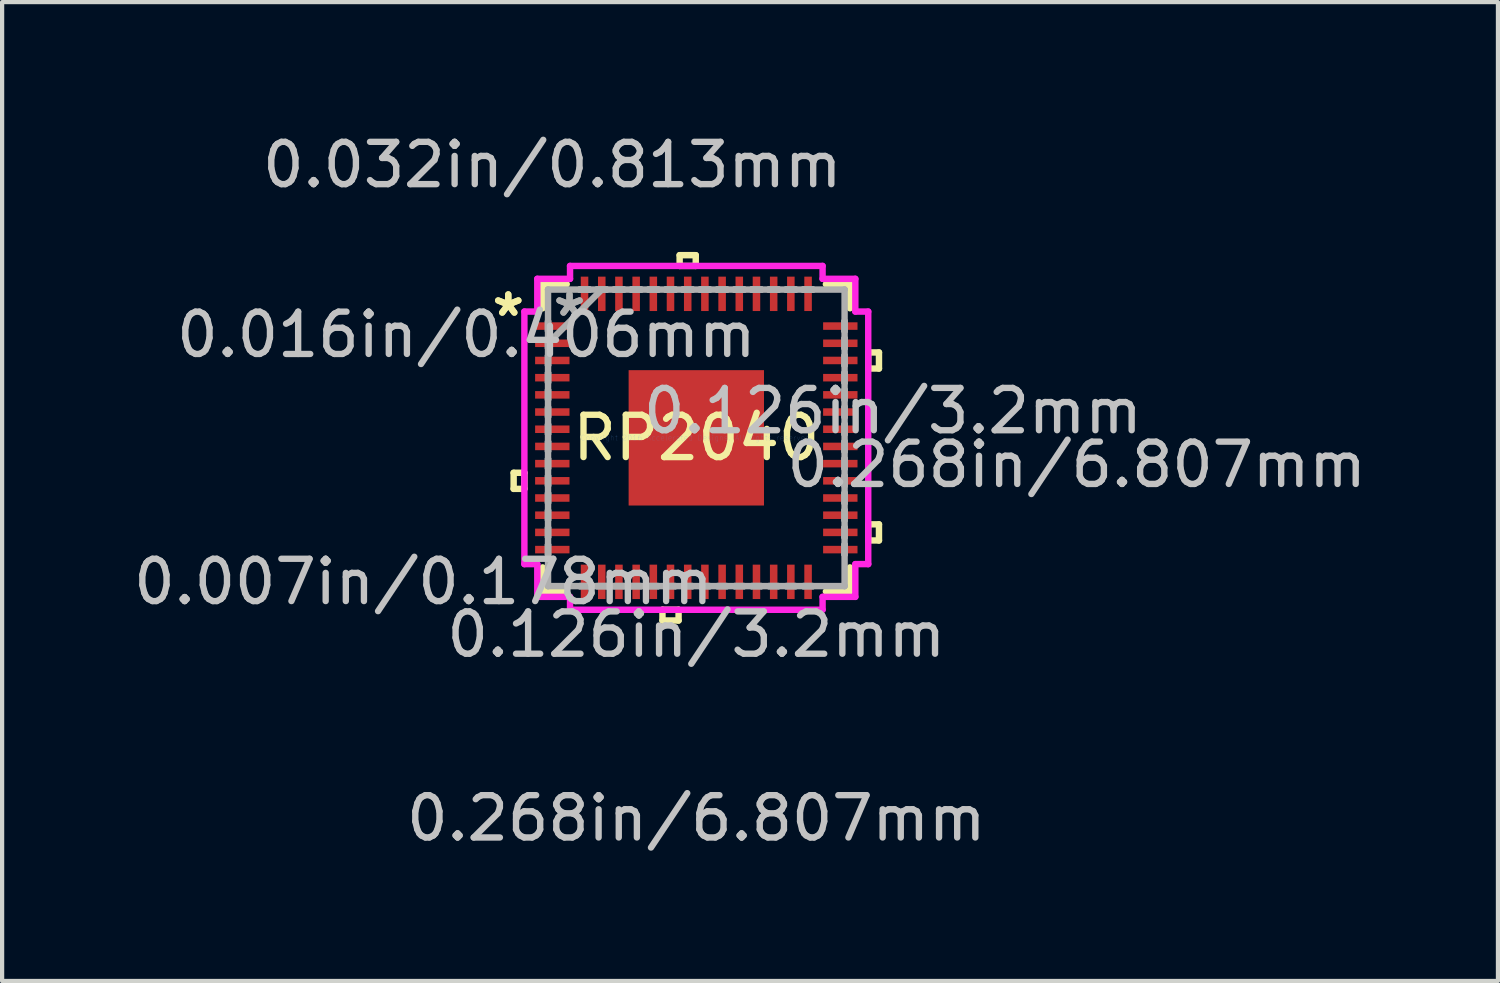
<source format=kicad_pcb>
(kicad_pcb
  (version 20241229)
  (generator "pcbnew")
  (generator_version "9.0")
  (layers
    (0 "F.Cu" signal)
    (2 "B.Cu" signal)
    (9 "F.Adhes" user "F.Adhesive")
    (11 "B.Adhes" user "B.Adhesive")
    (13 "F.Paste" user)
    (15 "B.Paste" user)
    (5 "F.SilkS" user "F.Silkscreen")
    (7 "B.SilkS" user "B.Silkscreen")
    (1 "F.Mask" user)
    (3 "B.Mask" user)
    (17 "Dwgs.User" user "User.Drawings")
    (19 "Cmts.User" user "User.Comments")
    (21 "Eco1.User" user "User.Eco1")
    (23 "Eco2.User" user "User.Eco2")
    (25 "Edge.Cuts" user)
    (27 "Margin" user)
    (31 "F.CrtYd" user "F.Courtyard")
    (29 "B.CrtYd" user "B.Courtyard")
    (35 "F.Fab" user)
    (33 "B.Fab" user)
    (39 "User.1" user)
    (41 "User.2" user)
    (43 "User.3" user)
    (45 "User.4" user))
  (footprint "RP2040"
    (layer "F.Cu")
    (at 13.41 7.3)
    (property "Reference" "RP2040" (at 0 0 0) (layer "F.SilkS") (effects (font (size 1 1) (thickness 0.15))))
    (attr through_hole)
    (fp_line (start -4.318 0.826) (end -4.318 1.206) (stroke (width 0.152) (type solid)) (layer "F.SilkS"))
    (fp_line (start -4.318 1.206) (end -4.064 1.206) (stroke (width 0.152) (type solid)) (layer "F.SilkS"))
    (fp_line (start -4.064 0.826) (end -4.318 0.826) (stroke (width 0.152) (type solid)) (layer "F.SilkS"))
    (fp_line (start -4.064 1.206) (end -4.064 0.826) (stroke (width 0.152) (type solid)) (layer "F.SilkS"))
    (fp_line (start -3.632 -3.632) (end -3.632 -3.063) (stroke (width 0.152) (type solid)) (layer "F.SilkS"))
    (fp_line (start -3.632 3.063) (end -3.632 3.632) (stroke (width 0.152) (type solid)) (layer "F.SilkS"))
    (fp_line (start -3.632 3.632) (end -3.063 3.632) (stroke (width 0.152) (type solid)) (layer "F.SilkS"))
    (fp_line (start -3.063 -3.632) (end -3.632 -3.632) (stroke (width 0.152) (type solid)) (layer "F.SilkS"))
    (fp_line (start -0.8 4.064) (end -0.8 4.318) (stroke (width 0.152) (type solid)) (layer "F.SilkS"))
    (fp_line (start -0.8 4.318) (end -0.419 4.318) (stroke (width 0.152) (type solid)) (layer "F.SilkS"))
    (fp_line (start -0.419 4.064) (end -0.8 4.064) (stroke (width 0.152) (type solid)) (layer "F.SilkS"))
    (fp_line (start -0.419 4.318) (end -0.419 4.064) (stroke (width 0.152) (type solid)) (layer "F.SilkS"))
    (fp_line (start -0.394 -4.318) (end -0.013 -4.318) (stroke (width 0.152) (type solid)) (layer "F.SilkS"))
    (fp_line (start -0.394 -4.064) (end -0.394 -4.318) (stroke (width 0.152) (type solid)) (layer "F.SilkS"))
    (fp_line (start -0.013 -4.318) (end -0.013 -4.064) (stroke (width 0.152) (type solid)) (layer "F.SilkS"))
    (fp_line (start -0.013 -4.064) (end -0.394 -4.064) (stroke (width 0.152) (type solid)) (layer "F.SilkS"))
    (fp_line (start 3.063 3.632) (end 3.632 3.632) (stroke (width 0.152) (type solid)) (layer "F.SilkS"))
    (fp_line (start 3.632 -3.632) (end 3.063 -3.632) (stroke (width 0.152) (type solid)) (layer "F.SilkS"))
    (fp_line (start 3.632 -3.063) (end 3.632 -3.632) (stroke (width 0.152) (type solid)) (layer "F.SilkS"))
    (fp_line (start 3.632 3.632) (end 3.632 3.063) (stroke (width 0.152) (type solid)) (layer "F.SilkS"))
    (fp_line (start 4.064 -2.019) (end 4.318 -2.019) (stroke (width 0.152) (type solid)) (layer "F.SilkS"))
    (fp_line (start 4.064 -1.638) (end 4.064 -2.019) (stroke (width 0.152) (type solid)) (layer "F.SilkS"))
    (fp_line (start 4.064 2.045) (end 4.318 2.045) (stroke (width 0.152) (type solid)) (layer "F.SilkS"))
    (fp_line (start 4.064 2.426) (end 4.064 2.045) (stroke (width 0.152) (type solid)) (layer "F.SilkS"))
    (fp_line (start 4.318 -2.019) (end 4.318 -1.638) (stroke (width 0.152) (type solid)) (layer "F.SilkS"))
    (fp_line (start 4.318 -1.638) (end 4.064 -1.638) (stroke (width 0.152) (type solid)) (layer "F.SilkS"))
    (fp_line (start 4.318 2.045) (end 4.318 2.426) (stroke (width 0.152) (type solid)) (layer "F.SilkS"))
    (fp_line (start 4.318 2.426) (end 4.064 2.426) (stroke (width 0.152) (type solid)) (layer "F.SilkS"))
    (fp_line (start -1.5 -1.5) (end -1.5 -0.1) (stroke (width 0.152) (type solid)) (layer "F.Paste"))
    (fp_line (start -1.5 -0.1) (end -0.1 -0.1) (stroke (width 0.152) (type solid)) (layer "F.Paste"))
    (fp_line (start -1.5 0.1) (end -1.5 1.5) (stroke (width 0.152) (type solid)) (layer "F.Paste"))
    (fp_line (start -1.5 1.5) (end -0.1 1.5) (stroke (width 0.152) (type solid)) (layer "F.Paste"))
    (fp_line (start -0.1 -1.5) (end -1.5 -1.5) (stroke (width 0.152) (type solid)) (layer "F.Paste"))
    (fp_line (start -0.1 -0.1) (end -0.1 -1.5) (stroke (width 0.152) (type solid)) (layer "F.Paste"))
    (fp_line (start -0.1 0.1) (end -1.5 0.1) (stroke (width 0.152) (type solid)) (layer "F.Paste"))
    (fp_line (start -0.1 1.5) (end -0.1 0.1) (stroke (width 0.152) (type solid)) (layer "F.Paste"))
    (fp_line (start 0.1 -1.5) (end 0.1 -0.1) (stroke (width 0.152) (type solid)) (layer "F.Paste"))
    (fp_line (start 0.1 -0.1) (end 1.5 -0.1) (stroke (width 0.152) (type solid)) (layer "F.Paste"))
    (fp_line (start 0.1 0.1) (end 0.1 1.5) (stroke (width 0.152) (type solid)) (layer "F.Paste"))
    (fp_line (start 0.1 1.5) (end 1.5 1.5) (stroke (width 0.152) (type solid)) (layer "F.Paste"))
    (fp_line (start 1.5 -1.5) (end 0.1 -1.5) (stroke (width 0.152) (type solid)) (layer "F.Paste"))
    (fp_line (start 1.5 -0.1) (end 1.5 -1.5) (stroke (width 0.152) (type solid)) (layer "F.Paste"))
    (fp_line (start 1.5 0.1) (end 0.1 0.1) (stroke (width 0.152) (type solid)) (layer "F.Paste"))
    (fp_line (start 1.5 1.5) (end 1.5 0.1) (stroke (width 0.152) (type solid)) (layer "F.Paste"))
    (fp_line (start -4.064 -2.985) (end -3.759 -2.985) (stroke (width 0.152) (type solid)) (layer "F.CrtYd"))
    (fp_line (start -4.064 2.985) (end -4.064 -2.985) (stroke (width 0.152) (type solid)) (layer "F.CrtYd"))
    (fp_line (start -3.759 -3.759) (end -2.985 -3.759) (stroke (width 0.152) (type solid)) (layer "F.CrtYd"))
    (fp_line (start -3.759 -2.985) (end -3.759 -3.759) (stroke (width 0.152) (type solid)) (layer "F.CrtYd"))
    (fp_line (start -3.759 2.985) (end -4.064 2.985) (stroke (width 0.152) (type solid)) (layer "F.CrtYd"))
    (fp_line (start -3.759 3.759) (end -3.759 2.985) (stroke (width 0.152) (type solid)) (layer "F.CrtYd"))
    (fp_line (start -2.985 -4.064) (end 2.985 -4.064) (stroke (width 0.152) (type solid)) (layer "F.CrtYd"))
    (fp_line (start -2.985 -3.759) (end -2.985 -4.064) (stroke (width 0.152) (type solid)) (layer "F.CrtYd"))
    (fp_line (start -2.985 3.759) (end -3.759 3.759) (stroke (width 0.152) (type solid)) (layer "F.CrtYd"))
    (fp_line (start -2.985 4.064) (end -2.985 3.759) (stroke (width 0.152) (type solid)) (layer "F.CrtYd"))
    (fp_line (start 2.985 -4.064) (end 2.985 -3.759) (stroke (width 0.152) (type solid)) (layer "F.CrtYd"))
    (fp_line (start 2.985 -3.759) (end 3.759 -3.759) (stroke (width 0.152) (type solid)) (layer "F.CrtYd"))
    (fp_line (start 2.985 3.759) (end 2.985 4.064) (stroke (width 0.152) (type solid)) (layer "F.CrtYd"))
    (fp_line (start 2.985 4.064) (end -2.985 4.064) (stroke (width 0.152) (type solid)) (layer "F.CrtYd"))
    (fp_line (start 3.759 -3.759) (end 3.759 -2.985) (stroke (width 0.152) (type solid)) (layer "F.CrtYd"))
    (fp_line (start 3.759 -2.985) (end 4.064 -2.985) (stroke (width 0.152) (type solid)) (layer "F.CrtYd"))
    (fp_line (start 3.759 2.985) (end 3.759 3.759) (stroke (width 0.152) (type solid)) (layer "F.CrtYd"))
    (fp_line (start 3.759 3.759) (end 2.985 3.759) (stroke (width 0.152) (type solid)) (layer "F.CrtYd"))
    (fp_line (start 4.064 -2.985) (end 4.064 2.985) (stroke (width 0.152) (type solid)) (layer "F.CrtYd"))
    (fp_line (start 4.064 2.985) (end 3.759 2.985) (stroke (width 0.152) (type solid)) (layer "F.CrtYd"))
    (fp_line (start -3.505 -3.505) (end -3.505 -3.505) (stroke (width 0.152) (type solid)) (layer "F.Fab"))
    (fp_line (start -3.505 -3.505) (end -3.505 3.505) (stroke (width 0.152) (type solid)) (layer "F.Fab"))
    (fp_line (start -3.505 -2.756) (end -3.505 -2.756) (stroke (width 0.152) (type solid)) (layer "F.Fab"))
    (fp_line (start -3.505 -2.756) (end -3.505 -2.527) (stroke (width 0.152) (type solid)) (layer "F.Fab"))
    (fp_line (start -3.505 -2.527) (end -3.505 -2.756) (stroke (width 0.152) (type solid)) (layer "F.Fab"))
    (fp_line (start -3.505 -2.527) (end -3.505 -2.527) (stroke (width 0.152) (type solid)) (layer "F.Fab"))
    (fp_line (start -3.505 -2.349) (end -3.505 -2.349) (stroke (width 0.152) (type solid)) (layer "F.Fab"))
    (fp_line (start -3.505 -2.349) (end -3.505 -2.121) (stroke (width 0.152) (type solid)) (layer "F.Fab"))
    (fp_line (start -3.505 -2.235) (end -2.235 -3.505) (stroke (width 0.152) (type solid)) (layer "F.Fab"))
    (fp_line (start -3.505 -2.121) (end -3.505 -2.349) (stroke (width 0.152) (type solid)) (layer "F.Fab"))
    (fp_line (start -3.505 -2.121) (end -3.505 -2.121) (stroke (width 0.152) (type solid)) (layer "F.Fab"))
    (fp_line (start -3.505 -1.943) (end -3.505 -1.943) (stroke (width 0.152) (type solid)) (layer "F.Fab"))
    (fp_line (start -3.505 -1.943) (end -3.505 -1.714) (stroke (width 0.152) (type solid)) (layer "F.Fab"))
    (fp_line (start -3.505 -1.714) (end -3.505 -1.943) (stroke (width 0.152) (type solid)) (layer "F.Fab"))
    (fp_line (start -3.505 -1.714) (end -3.505 -1.714) (stroke (width 0.152) (type solid)) (layer "F.Fab"))
    (fp_line (start -3.505 -1.537) (end -3.505 -1.537) (stroke (width 0.152) (type solid)) (layer "F.Fab"))
    (fp_line (start -3.505 -1.537) (end -3.505 -1.308) (stroke (width 0.152) (type solid)) (layer "F.Fab"))
    (fp_line (start -3.505 -1.308) (end -3.505 -1.537) (stroke (width 0.152) (type solid)) (layer "F.Fab"))
    (fp_line (start -3.505 -1.308) (end -3.505 -1.308) (stroke (width 0.152) (type solid)) (layer "F.Fab"))
    (fp_line (start -3.505 -1.13) (end -3.505 -1.13) (stroke (width 0.152) (type solid)) (layer "F.Fab"))
    (fp_line (start -3.505 -1.13) (end -3.505 -0.902) (stroke (width 0.152) (type solid)) (layer "F.Fab"))
    (fp_line (start -3.505 -0.902) (end -3.505 -1.13) (stroke (width 0.152) (type solid)) (layer "F.Fab"))
    (fp_line (start -3.505 -0.902) (end -3.505 -0.902) (stroke (width 0.152) (type solid)) (layer "F.Fab"))
    (fp_line (start -3.505 -0.724) (end -3.505 -0.724) (stroke (width 0.152) (type solid)) (layer "F.Fab"))
    (fp_line (start -3.505 -0.724) (end -3.505 -0.495) (stroke (width 0.152) (type solid)) (layer "F.Fab"))
    (fp_line (start -3.505 -0.495) (end -3.505 -0.724) (stroke (width 0.152) (type solid)) (layer "F.Fab"))
    (fp_line (start -3.505 -0.495) (end -3.505 -0.495) (stroke (width 0.152) (type solid)) (layer "F.Fab"))
    (fp_line (start -3.505 -0.318) (end -3.505 -0.318) (stroke (width 0.152) (type solid)) (layer "F.Fab"))
    (fp_line (start -3.505 -0.318) (end -3.505 -0.089) (stroke (width 0.152) (type solid)) (layer "F.Fab"))
    (fp_line (start -3.505 -0.089) (end -3.505 -0.318) (stroke (width 0.152) (type solid)) (layer "F.Fab"))
    (fp_line (start -3.505 -0.089) (end -3.505 -0.089) (stroke (width 0.152) (type solid)) (layer "F.Fab"))
    (fp_line (start -3.505 0.089) (end -3.505 0.089) (stroke (width 0.152) (type solid)) (layer "F.Fab"))
    (fp_line (start -3.505 0.089) (end -3.505 0.318) (stroke (width 0.152) (type solid)) (layer "F.Fab"))
    (fp_line (start -3.505 0.318) (end -3.505 0.089) (stroke (width 0.152) (type solid)) (layer "F.Fab"))
    (fp_line (start -3.505 0.318) (end -3.505 0.318) (stroke (width 0.152) (type solid)) (layer "F.Fab"))
    (fp_line (start -3.505 0.495) (end -3.505 0.495) (stroke (width 0.152) (type solid)) (layer "F.Fab"))
    (fp_line (start -3.505 0.495) (end -3.505 0.724) (stroke (width 0.152) (type solid)) (layer "F.Fab"))
    (fp_line (start -3.505 0.724) (end -3.505 0.495) (stroke (width 0.152) (type solid)) (layer "F.Fab"))
    (fp_line (start -3.505 0.724) (end -3.505 0.724) (stroke (width 0.152) (type solid)) (layer "F.Fab"))
    (fp_line (start -3.505 0.902) (end -3.505 0.902) (stroke (width 0.152) (type solid)) (layer "F.Fab"))
    (fp_line (start -3.505 0.902) (end -3.505 1.13) (stroke (width 0.152) (type solid)) (layer "F.Fab"))
    (fp_line (start -3.505 1.13) (end -3.505 0.902) (stroke (width 0.152) (type solid)) (layer "F.Fab"))
    (fp_line (start -3.505 1.13) (end -3.505 1.13) (stroke (width 0.152) (type solid)) (layer "F.Fab"))
    (fp_line (start -3.505 1.308) (end -3.505 1.308) (stroke (width 0.152) (type solid)) (layer "F.Fab"))
    (fp_line (start -3.505 1.308) (end -3.505 1.537) (stroke (width 0.152) (type solid)) (layer "F.Fab"))
    (fp_line (start -3.505 1.537) (end -3.505 1.308) (stroke (width 0.152) (type solid)) (layer "F.Fab"))
    (fp_line (start -3.505 1.537) (end -3.505 1.537) (stroke (width 0.152) (type solid)) (layer "F.Fab"))
    (fp_line (start -3.505 1.714) (end -3.505 1.714) (stroke (width 0.152) (type solid)) (layer "F.Fab"))
    (fp_line (start -3.505 1.714) (end -3.505 1.943) (stroke (width 0.152) (type solid)) (layer "F.Fab"))
    (fp_line (start -3.505 1.943) (end -3.505 1.714) (stroke (width 0.152) (type solid)) (layer "F.Fab"))
    (fp_line (start -3.505 1.943) (end -3.505 1.943) (stroke (width 0.152) (type solid)) (layer "F.Fab"))
    (fp_line (start -3.505 2.121) (end -3.505 2.121) (stroke (width 0.152) (type solid)) (layer "F.Fab"))
    (fp_line (start -3.505 2.121) (end -3.505 2.349) (stroke (width 0.152) (type solid)) (layer "F.Fab"))
    (fp_line (start -3.505 2.349) (end -3.505 2.121) (stroke (width 0.152) (type solid)) (layer "F.Fab"))
    (fp_line (start -3.505 2.349) (end -3.505 2.349) (stroke (width 0.152) (type solid)) (layer "F.Fab"))
    (fp_line (start -3.505 2.527) (end -3.505 2.527) (stroke (width 0.152) (type solid)) (layer "F.Fab"))
    (fp_line (start -3.505 2.527) (end -3.505 2.756) (stroke (width 0.152) (type solid)) (layer "F.Fab"))
    (fp_line (start -3.505 2.756) (end -3.505 2.527) (stroke (width 0.152) (type solid)) (layer "F.Fab"))
    (fp_line (start -3.505 2.756) (end -3.505 2.756) (stroke (width 0.152) (type solid)) (layer "F.Fab"))
    (fp_line (start -3.505 3.505) (end -3.505 3.505) (stroke (width 0.152) (type solid)) (layer "F.Fab"))
    (fp_line (start -3.505 3.505) (end 3.505 3.505) (stroke (width 0.152) (type solid)) (layer "F.Fab"))
    (fp_line (start -2.756 -3.505) (end -2.756 -3.505) (stroke (width 0.152) (type solid)) (layer "F.Fab"))
    (fp_line (start -2.756 -3.505) (end -2.527 -3.505) (stroke (width 0.152) (type solid)) (layer "F.Fab"))
    (fp_line (start -2.756 3.505) (end -2.756 3.505) (stroke (width 0.152) (type solid)) (layer "F.Fab"))
    (fp_line (start -2.756 3.505) (end -2.527 3.505) (stroke (width 0.152) (type solid)) (layer "F.Fab"))
    (fp_line (start -2.527 -3.505) (end -2.756 -3.505) (stroke (width 0.152) (type solid)) (layer "F.Fab"))
    (fp_line (start -2.527 -3.505) (end -2.527 -3.505) (stroke (width 0.152) (type solid)) (layer "F.Fab"))
    (fp_line (start -2.527 3.505) (end -2.756 3.505) (stroke (width 0.152) (type solid)) (layer "F.Fab"))
    (fp_line (start -2.527 3.505) (end -2.527 3.505) (stroke (width 0.152) (type solid)) (layer "F.Fab"))
    (fp_line (start -2.349 -3.505) (end -2.349 -3.505) (stroke (width 0.152) (type solid)) (layer "F.Fab"))
    (fp_line (start -2.349 -3.505) (end -2.121 -3.505) (stroke (width 0.152) (type solid)) (layer "F.Fab"))
    (fp_line (start -2.349 3.505) (end -2.349 3.505) (stroke (width 0.152) (type solid)) (layer "F.Fab"))
    (fp_line (start -2.349 3.505) (end -2.121 3.505) (stroke (width 0.152) (type solid)) (layer "F.Fab"))
    (fp_line (start -2.121 -3.505) (end -2.349 -3.505) (stroke (width 0.152) (type solid)) (layer "F.Fab"))
    (fp_line (start -2.121 -3.505) (end -2.121 -3.505) (stroke (width 0.152) (type solid)) (layer "F.Fab"))
    (fp_line (start -2.121 3.505) (end -2.349 3.505) (stroke (width 0.152) (type solid)) (layer "F.Fab"))
    (fp_line (start -2.121 3.505) (end -2.121 3.505) (stroke (width 0.152) (type solid)) (layer "F.Fab"))
    (fp_line (start -1.943 -3.505) (end -1.943 -3.505) (stroke (width 0.152) (type solid)) (layer "F.Fab"))
    (fp_line (start -1.943 -3.505) (end -1.714 -3.505) (stroke (width 0.152) (type solid)) (layer "F.Fab"))
    (fp_line (start -1.943 3.505) (end -1.943 3.505) (stroke (width 0.152) (type solid)) (layer "F.Fab"))
    (fp_line (start -1.943 3.505) (end -1.714 3.505) (stroke (width 0.152) (type solid)) (layer "F.Fab"))
    (fp_line (start -1.714 -3.505) (end -1.943 -3.505) (stroke (width 0.152) (type solid)) (layer "F.Fab"))
    (fp_line (start -1.714 -3.505) (end -1.714 -3.505) (stroke (width 0.152) (type solid)) (layer "F.Fab"))
    (fp_line (start -1.714 3.505) (end -1.943 3.505) (stroke (width 0.152) (type solid)) (layer "F.Fab"))
    (fp_line (start -1.714 3.505) (end -1.714 3.505) (stroke (width 0.152) (type solid)) (layer "F.Fab"))
    (fp_line (start -1.537 -3.505) (end -1.537 -3.505) (stroke (width 0.152) (type solid)) (layer "F.Fab"))
    (fp_line (start -1.537 -3.505) (end -1.308 -3.505) (stroke (width 0.152) (type solid)) (layer "F.Fab"))
    (fp_line (start -1.537 3.505) (end -1.537 3.505) (stroke (width 0.152) (type solid)) (layer "F.Fab"))
    (fp_line (start -1.537 3.505) (end -1.308 3.505) (stroke (width 0.152) (type solid)) (layer "F.Fab"))
    (fp_line (start -1.308 -3.505) (end -1.537 -3.505) (stroke (width 0.152) (type solid)) (layer "F.Fab"))
    (fp_line (start -1.308 -3.505) (end -1.308 -3.505) (stroke (width 0.152) (type solid)) (layer "F.Fab"))
    (fp_line (start -1.308 3.505) (end -1.537 3.505) (stroke (width 0.152) (type solid)) (layer "F.Fab"))
    (fp_line (start -1.308 3.505) (end -1.308 3.505) (stroke (width 0.152) (type solid)) (layer "F.Fab"))
    (fp_line (start -1.13 -3.505) (end -1.13 -3.505) (stroke (width 0.152) (type solid)) (layer "F.Fab"))
    (fp_line (start -1.13 -3.505) (end -0.902 -3.505) (stroke (width 0.152) (type solid)) (layer "F.Fab"))
    (fp_line (start -1.13 3.505) (end -1.13 3.505) (stroke (width 0.152) (type solid)) (layer "F.Fab"))
    (fp_line (start -1.13 3.505) (end -0.902 3.505) (stroke (width 0.152) (type solid)) (layer "F.Fab"))
    (fp_line (start -0.902 -3.505) (end -1.13 -3.505) (stroke (width 0.152) (type solid)) (layer "F.Fab"))
    (fp_line (start -0.902 -3.505) (end -0.902 -3.505) (stroke (width 0.152) (type solid)) (layer "F.Fab"))
    (fp_line (start -0.902 3.505) (end -1.13 3.505) (stroke (width 0.152) (type solid)) (layer "F.Fab"))
    (fp_line (start -0.902 3.505) (end -0.902 3.505) (stroke (width 0.152) (type solid)) (layer "F.Fab"))
    (fp_line (start -0.724 -3.505) (end -0.724 -3.505) (stroke (width 0.152) (type solid)) (layer "F.Fab"))
    (fp_line (start -0.724 -3.505) (end -0.495 -3.505) (stroke (width 0.152) (type solid)) (layer "F.Fab"))
    (fp_line (start -0.724 3.505) (end -0.724 3.505) (stroke (width 0.152) (type solid)) (layer "F.Fab"))
    (fp_line (start -0.724 3.505) (end -0.495 3.505) (stroke (width 0.152) (type solid)) (layer "F.Fab"))
    (fp_line (start -0.495 -3.505) (end -0.724 -3.505) (stroke (width 0.152) (type solid)) (layer "F.Fab"))
    (fp_line (start -0.495 -3.505) (end -0.495 -3.505) (stroke (width 0.152) (type solid)) (layer "F.Fab"))
    (fp_line (start -0.495 3.505) (end -0.724 3.505) (stroke (width 0.152) (type solid)) (layer "F.Fab"))
    (fp_line (start -0.495 3.505) (end -0.495 3.505) (stroke (width 0.152) (type solid)) (layer "F.Fab"))
    (fp_line (start -0.318 -3.505) (end -0.318 -3.505) (stroke (width 0.152) (type solid)) (layer "F.Fab"))
    (fp_line (start -0.318 -3.505) (end -0.089 -3.505) (stroke (width 0.152) (type solid)) (layer "F.Fab"))
    (fp_line (start -0.318 3.505) (end -0.318 3.505) (stroke (width 0.152) (type solid)) (layer "F.Fab"))
    (fp_line (start -0.318 3.505) (end -0.089 3.505) (stroke (width 0.152) (type solid)) (layer "F.Fab"))
    (fp_line (start -0.089 -3.505) (end -0.318 -3.505) (stroke (width 0.152) (type solid)) (layer "F.Fab"))
    (fp_line (start -0.089 -3.505) (end -0.089 -3.505) (stroke (width 0.152) (type solid)) (layer "F.Fab"))
    (fp_line (start -0.089 3.505) (end -0.318 3.505) (stroke (width 0.152) (type solid)) (layer "F.Fab"))
    (fp_line (start -0.089 3.505) (end -0.089 3.505) (stroke (width 0.152) (type solid)) (layer "F.Fab"))
    (fp_line (start 0.089 -3.505) (end 0.089 -3.505) (stroke (width 0.152) (type solid)) (layer "F.Fab"))
    (fp_line (start 0.089 -3.505) (end 0.318 -3.505) (stroke (width 0.152) (type solid)) (layer "F.Fab"))
    (fp_line (start 0.089 3.505) (end 0.089 3.505) (stroke (width 0.152) (type solid)) (layer "F.Fab"))
    (fp_line (start 0.089 3.505) (end 0.318 3.505) (stroke (width 0.152) (type solid)) (layer "F.Fab"))
    (fp_line (start 0.318 -3.505) (end 0.089 -3.505) (stroke (width 0.152) (type solid)) (layer "F.Fab"))
    (fp_line (start 0.318 -3.505) (end 0.318 -3.505) (stroke (width 0.152) (type solid)) (layer "F.Fab"))
    (fp_line (start 0.318 3.505) (end 0.089 3.505) (stroke (width 0.152) (type solid)) (layer "F.Fab"))
    (fp_line (start 0.318 3.505) (end 0.318 3.505) (stroke (width 0.152) (type solid)) (layer "F.Fab"))
    (fp_line (start 0.495 -3.505) (end 0.495 -3.505) (stroke (width 0.152) (type solid)) (layer "F.Fab"))
    (fp_line (start 0.495 -3.505) (end 0.724 -3.505) (stroke (width 0.152) (type solid)) (layer "F.Fab"))
    (fp_line (start 0.495 3.505) (end 0.495 3.505) (stroke (width 0.152) (type solid)) (layer "F.Fab"))
    (fp_line (start 0.495 3.505) (end 0.724 3.505) (stroke (width 0.152) (type solid)) (layer "F.Fab"))
    (fp_line (start 0.724 -3.505) (end 0.495 -3.505) (stroke (width 0.152) (type solid)) (layer "F.Fab"))
    (fp_line (start 0.724 -3.505) (end 0.724 -3.505) (stroke (width 0.152) (type solid)) (layer "F.Fab"))
    (fp_line (start 0.724 3.505) (end 0.495 3.505) (stroke (width 0.152) (type solid)) (layer "F.Fab"))
    (fp_line (start 0.724 3.505) (end 0.724 3.505) (stroke (width 0.152) (type solid)) (layer "F.Fab"))
    (fp_line (start 0.902 -3.505) (end 0.902 -3.505) (stroke (width 0.152) (type solid)) (layer "F.Fab"))
    (fp_line (start 0.902 -3.505) (end 1.13 -3.505) (stroke (width 0.152) (type solid)) (layer "F.Fab"))
    (fp_line (start 0.902 3.505) (end 0.902 3.505) (stroke (width 0.152) (type solid)) (layer "F.Fab"))
    (fp_line (start 0.902 3.505) (end 1.13 3.505) (stroke (width 0.152) (type solid)) (layer "F.Fab"))
    (fp_line (start 1.13 -3.505) (end 0.902 -3.505) (stroke (width 0.152) (type solid)) (layer "F.Fab"))
    (fp_line (start 1.13 -3.505) (end 1.13 -3.505) (stroke (width 0.152) (type solid)) (layer "F.Fab"))
    (fp_line (start 1.13 3.505) (end 0.902 3.505) (stroke (width 0.152) (type solid)) (layer "F.Fab"))
    (fp_line (start 1.13 3.505) (end 1.13 3.505) (stroke (width 0.152) (type solid)) (layer "F.Fab"))
    (fp_line (start 1.308 -3.505) (end 1.308 -3.505) (stroke (width 0.152) (type solid)) (layer "F.Fab"))
    (fp_line (start 1.308 -3.505) (end 1.537 -3.505) (stroke (width 0.152) (type solid)) (layer "F.Fab"))
    (fp_line (start 1.308 3.505) (end 1.308 3.505) (stroke (width 0.152) (type solid)) (layer "F.Fab"))
    (fp_line (start 1.308 3.505) (end 1.537 3.505) (stroke (width 0.152) (type solid)) (layer "F.Fab"))
    (fp_line (start 1.537 -3.505) (end 1.308 -3.505) (stroke (width 0.152) (type solid)) (layer "F.Fab"))
    (fp_line (start 1.537 -3.505) (end 1.537 -3.505) (stroke (width 0.152) (type solid)) (layer "F.Fab"))
    (fp_line (start 1.537 3.505) (end 1.308 3.505) (stroke (width 0.152) (type solid)) (layer "F.Fab"))
    (fp_line (start 1.537 3.505) (end 1.537 3.505) (stroke (width 0.152) (type solid)) (layer "F.Fab"))
    (fp_line (start 1.714 -3.505) (end 1.714 -3.505) (stroke (width 0.152) (type solid)) (layer "F.Fab"))
    (fp_line (start 1.714 -3.505) (end 1.943 -3.505) (stroke (width 0.152) (type solid)) (layer "F.Fab"))
    (fp_line (start 1.714 3.505) (end 1.714 3.505) (stroke (width 0.152) (type solid)) (layer "F.Fab"))
    (fp_line (start 1.714 3.505) (end 1.943 3.505) (stroke (width 0.152) (type solid)) (layer "F.Fab"))
    (fp_line (start 1.943 -3.505) (end 1.714 -3.505) (stroke (width 0.152) (type solid)) (layer "F.Fab"))
    (fp_line (start 1.943 -3.505) (end 1.943 -3.505) (stroke (width 0.152) (type solid)) (layer "F.Fab"))
    (fp_line (start 1.943 3.505) (end 1.714 3.505) (stroke (width 0.152) (type solid)) (layer "F.Fab"))
    (fp_line (start 1.943 3.505) (end 1.943 3.505) (stroke (width 0.152) (type solid)) (layer "F.Fab"))
    (fp_line (start 2.121 -3.505) (end 2.121 -3.505) (stroke (width 0.152) (type solid)) (layer "F.Fab"))
    (fp_line (start 2.121 -3.505) (end 2.349 -3.505) (stroke (width 0.152) (type solid)) (layer "F.Fab"))
    (fp_line (start 2.121 3.505) (end 2.121 3.505) (stroke (width 0.152) (type solid)) (layer "F.Fab"))
    (fp_line (start 2.121 3.505) (end 2.349 3.505) (stroke (width 0.152) (type solid)) (layer "F.Fab"))
    (fp_line (start 2.349 -3.505) (end 2.121 -3.505) (stroke (width 0.152) (type solid)) (layer "F.Fab"))
    (fp_line (start 2.349 -3.505) (end 2.349 -3.505) (stroke (width 0.152) (type solid)) (layer "F.Fab"))
    (fp_line (start 2.349 3.505) (end 2.121 3.505) (stroke (width 0.152) (type solid)) (layer "F.Fab"))
    (fp_line (start 2.349 3.505) (end 2.349 3.505) (stroke (width 0.152) (type solid)) (layer "F.Fab"))
    (fp_line (start 2.527 -3.505) (end 2.527 -3.505) (stroke (width 0.152) (type solid)) (layer "F.Fab"))
    (fp_line (start 2.527 -3.505) (end 2.756 -3.505) (stroke (width 0.152) (type solid)) (layer "F.Fab"))
    (fp_line (start 2.527 3.505) (end 2.527 3.505) (stroke (width 0.152) (type solid)) (layer "F.Fab"))
    (fp_line (start 2.527 3.505) (end 2.756 3.505) (stroke (width 0.152) (type solid)) (layer "F.Fab"))
    (fp_line (start 2.756 -3.505) (end 2.527 -3.505) (stroke (width 0.152) (type solid)) (layer "F.Fab"))
    (fp_line (start 2.756 -3.505) (end 2.756 -3.505) (stroke (width 0.152) (type solid)) (layer "F.Fab"))
    (fp_line (start 2.756 3.505) (end 2.527 3.505) (stroke (width 0.152) (type solid)) (layer "F.Fab"))
    (fp_line (start 2.756 3.505) (end 2.756 3.505) (stroke (width 0.152) (type solid)) (layer "F.Fab"))
    (fp_line (start 3.505 -3.505) (end -3.505 -3.505) (stroke (width 0.152) (type solid)) (layer "F.Fab"))
    (fp_line (start 3.505 -3.505) (end 3.505 -3.505) (stroke (width 0.152) (type solid)) (layer "F.Fab"))
    (fp_line (start 3.505 -2.756) (end 3.505 -2.756) (stroke (width 0.152) (type solid)) (layer "F.Fab"))
    (fp_line (start 3.505 -2.756) (end 3.505 -2.527) (stroke (width 0.152) (type solid)) (layer "F.Fab"))
    (fp_line (start 3.505 -2.527) (end 3.505 -2.756) (stroke (width 0.152) (type solid)) (layer "F.Fab"))
    (fp_line (start 3.505 -2.527) (end 3.505 -2.527) (stroke (width 0.152) (type solid)) (layer "F.Fab"))
    (fp_line (start 3.505 -2.349) (end 3.505 -2.349) (stroke (width 0.152) (type solid)) (layer "F.Fab"))
    (fp_line (start 3.505 -2.349) (end 3.505 -2.121) (stroke (width 0.152) (type solid)) (layer "F.Fab"))
    (fp_line (start 3.505 -2.121) (end 3.505 -2.349) (stroke (width 0.152) (type solid)) (layer "F.Fab"))
    (fp_line (start 3.505 -2.121) (end 3.505 -2.121) (stroke (width 0.152) (type solid)) (layer "F.Fab"))
    (fp_line (start 3.505 -1.943) (end 3.505 -1.943) (stroke (width 0.152) (type solid)) (layer "F.Fab"))
    (fp_line (start 3.505 -1.943) (end 3.505 -1.714) (stroke (width 0.152) (type solid)) (layer "F.Fab"))
    (fp_line (start 3.505 -1.714) (end 3.505 -1.943) (stroke (width 0.152) (type solid)) (layer "F.Fab"))
    (fp_line (start 3.505 -1.714) (end 3.505 -1.714) (stroke (width 0.152) (type solid)) (layer "F.Fab"))
    (fp_line (start 3.505 -1.537) (end 3.505 -1.537) (stroke (width 0.152) (type solid)) (layer "F.Fab"))
    (fp_line (start 3.505 -1.537) (end 3.505 -1.308) (stroke (width 0.152) (type solid)) (layer "F.Fab"))
    (fp_line (start 3.505 -1.308) (end 3.505 -1.537) (stroke (width 0.152) (type solid)) (layer "F.Fab"))
    (fp_line (start 3.505 -1.308) (end 3.505 -1.308) (stroke (width 0.152) (type solid)) (layer "F.Fab"))
    (fp_line (start 3.505 -1.13) (end 3.505 -1.13) (stroke (width 0.152) (type solid)) (layer "F.Fab"))
    (fp_line (start 3.505 -1.13) (end 3.505 -0.902) (stroke (width 0.152) (type solid)) (layer "F.Fab"))
    (fp_line (start 3.505 -0.902) (end 3.505 -1.13) (stroke (width 0.152) (type solid)) (layer "F.Fab"))
    (fp_line (start 3.505 -0.902) (end 3.505 -0.902) (stroke (width 0.152) (type solid)) (layer "F.Fab"))
    (fp_line (start 3.505 -0.724) (end 3.505 -0.724) (stroke (width 0.152) (type solid)) (layer "F.Fab"))
    (fp_line (start 3.505 -0.724) (end 3.505 -0.495) (stroke (width 0.152) (type solid)) (layer "F.Fab"))
    (fp_line (start 3.505 -0.495) (end 3.505 -0.724) (stroke (width 0.152) (type solid)) (layer "F.Fab"))
    (fp_line (start 3.505 -0.495) (end 3.505 -0.495) (stroke (width 0.152) (type solid)) (layer "F.Fab"))
    (fp_line (start 3.505 -0.318) (end 3.505 -0.318) (stroke (width 0.152) (type solid)) (layer "F.Fab"))
    (fp_line (start 3.505 -0.318) (end 3.505 -0.089) (stroke (width 0.152) (type solid)) (layer "F.Fab"))
    (fp_line (start 3.505 -0.089) (end 3.505 -0.318) (stroke (width 0.152) (type solid)) (layer "F.Fab"))
    (fp_line (start 3.505 -0.089) (end 3.505 -0.089) (stroke (width 0.152) (type solid)) (layer "F.Fab"))
    (fp_line (start 3.505 0.089) (end 3.505 0.089) (stroke (width 0.152) (type solid)) (layer "F.Fab"))
    (fp_line (start 3.505 0.089) (end 3.505 0.318) (stroke (width 0.152) (type solid)) (layer "F.Fab"))
    (fp_line (start 3.505 0.318) (end 3.505 0.089) (stroke (width 0.152) (type solid)) (layer "F.Fab"))
    (fp_line (start 3.505 0.318) (end 3.505 0.318) (stroke (width 0.152) (type solid)) (layer "F.Fab"))
    (fp_line (start 3.505 0.495) (end 3.505 0.495) (stroke (width 0.152) (type solid)) (layer "F.Fab"))
    (fp_line (start 3.505 0.495) (end 3.505 0.724) (stroke (width 0.152) (type solid)) (layer "F.Fab"))
    (fp_line (start 3.505 0.724) (end 3.505 0.495) (stroke (width 0.152) (type solid)) (layer "F.Fab"))
    (fp_line (start 3.505 0.724) (end 3.505 0.724) (stroke (width 0.152) (type solid)) (layer "F.Fab"))
    (fp_line (start 3.505 0.902) (end 3.505 0.902) (stroke (width 0.152) (type solid)) (layer "F.Fab"))
    (fp_line (start 3.505 0.902) (end 3.505 1.13) (stroke (width 0.152) (type solid)) (layer "F.Fab"))
    (fp_line (start 3.505 1.13) (end 3.505 0.902) (stroke (width 0.152) (type solid)) (layer "F.Fab"))
    (fp_line (start 3.505 1.13) (end 3.505 1.13) (stroke (width 0.152) (type solid)) (layer "F.Fab"))
    (fp_line (start 3.505 1.308) (end 3.505 1.308) (stroke (width 0.152) (type solid)) (layer "F.Fab"))
    (fp_line (start 3.505 1.308) (end 3.505 1.537) (stroke (width 0.152) (type solid)) (layer "F.Fab"))
    (fp_line (start 3.505 1.537) (end 3.505 1.308) (stroke (width 0.152) (type solid)) (layer "F.Fab"))
    (fp_line (start 3.505 1.537) (end 3.505 1.537) (stroke (width 0.152) (type solid)) (layer "F.Fab"))
    (fp_line (start 3.505 1.714) (end 3.505 1.714) (stroke (width 0.152) (type solid)) (layer "F.Fab"))
    (fp_line (start 3.505 1.714) (end 3.505 1.943) (stroke (width 0.152) (type solid)) (layer "F.Fab"))
    (fp_line (start 3.505 1.943) (end 3.505 1.714) (stroke (width 0.152) (type solid)) (layer "F.Fab"))
    (fp_line (start 3.505 1.943) (end 3.505 1.943) (stroke (width 0.152) (type solid)) (layer "F.Fab"))
    (fp_line (start 3.505 2.121) (end 3.505 2.121) (stroke (width 0.152) (type solid)) (layer "F.Fab"))
    (fp_line (start 3.505 2.121) (end 3.505 2.349) (stroke (width 0.152) (type solid)) (layer "F.Fab"))
    (fp_line (start 3.505 2.349) (end 3.505 2.121) (stroke (width 0.152) (type solid)) (layer "F.Fab"))
    (fp_line (start 3.505 2.349) (end 3.505 2.349) (stroke (width 0.152) (type solid)) (layer "F.Fab"))
    (fp_line (start 3.505 2.527) (end 3.505 2.527) (stroke (width 0.152) (type solid)) (layer "F.Fab"))
    (fp_line (start 3.505 2.527) (end 3.505 2.756) (stroke (width 0.152) (type solid)) (layer "F.Fab"))
    (fp_line (start 3.505 2.756) (end 3.505 2.527) (stroke (width 0.152) (type solid)) (layer "F.Fab"))
    (fp_line (start 3.505 2.756) (end 3.505 2.756) (stroke (width 0.152) (type solid)) (layer "F.Fab"))
    (fp_line (start 3.505 3.505) (end 3.505 -3.505) (stroke (width 0.152) (type solid)) (layer "F.Fab"))
    (fp_line (start 3.505 3.505) (end 3.505 3.505) (stroke (width 0.152) (type solid)) (layer "F.Fab"))
    (fp_text user "*" (at -4.445 -2.845 0) (layer "F.SilkS") (effects (font (size 1 1) (thickness 0.15))))
    (fp_text user "*" (at -4.445 -2.845 0) (layer "F.SilkS") (effects (font (size 1 1) (thickness 0.15))))
    (fp_text user "0.126in/3.2mm" (at 4.648 -0.635 0) (layer "Dwgs.User") (effects (font (size 1 1) (thickness 0.15))))
    (fp_text user "0.032in/0.813mm" (at -3.404 -6.452 0) (layer "Dwgs.User") (effects (font (size 1 1) (thickness 0.15))))
    (fp_text user "0.016in/0.406mm" (at -5.436 -2.438 0) (layer "Dwgs.User") (effects (font (size 1 1) (thickness 0.15))))
    (fp_text user "0.126in/3.2mm" (at 0 4.648 0) (layer "Dwgs.User") (effects (font (size 1 1) (thickness 0.15))))
    (fp_text user "0.268in/6.807mm" (at 8.992 0.635 0) (layer "Dwgs.User") (effects (font (size 1 1) (thickness 0.15))))
    (fp_text user "0.007in/0.178mm" (at -6.452 3.404 0) (layer "Dwgs.User") (effects (font (size 1 1) (thickness 0.15))))
    (fp_text user "0.268in/6.807mm" (at 0 8.992 0) (layer "Dwgs.User") (effects (font (size 1 1) (thickness 0.15))))
    (fp_text user "Copyright 2016 Accelerated Designs. All rights reserved." (at 0 0 0) (layer "Cmts.User") (effects (font (size 0.127 0.127) (thickness 0.002))))
    (fp_text user "*" (at -2.997 -2.845 0) (layer "F.Fab") (effects (font (size 1 1) (thickness 0.15))))
    (fp_text user "*" (at -2.997 -2.845 0) (layer "F.Fab") (effects (font (size 1 1) (thickness 0.15))))
    (pad "1" smd rect (at -3.404 -2.642 90) (size 0.178 0.813) (layers "F.Cu" "F.Mask" "F.Paste"))
    (pad "2" smd rect (at -3.404 -2.235 90) (size 0.178 0.813) (layers "F.Cu" "F.Mask" "F.Paste"))
    (pad "3" smd rect (at -3.404 -1.829 90) (size 0.178 0.813) (layers "F.Cu" "F.Mask" "F.Paste"))
    (pad "4" smd rect (at -3.404 -1.422 90) (size 0.178 0.813) (layers "F.Cu" "F.Mask" "F.Paste"))
    (pad "5" smd rect (at -3.404 -1.016 90) (size 0.178 0.813) (layers "F.Cu" "F.Mask" "F.Paste"))
    (pad "6" smd rect (at -3.404 -0.61 90) (size 0.178 0.813) (layers "F.Cu" "F.Mask" "F.Paste"))
    (pad "7" smd rect (at -3.404 -0.203 90) (size 0.178 0.813) (layers "F.Cu" "F.Mask" "F.Paste"))
    (pad "8" smd rect (at -3.404 0.203 90) (size 0.178 0.813) (layers "F.Cu" "F.Mask" "F.Paste"))
    (pad "9" smd rect (at -3.404 0.61 90) (size 0.178 0.813) (layers "F.Cu" "F.Mask" "F.Paste"))
    (pad "10" smd rect (at -3.404 1.016 90) (size 0.178 0.813) (layers "F.Cu" "F.Mask" "F.Paste"))
    (pad "11" smd rect (at -3.404 1.422 90) (size 0.178 0.813) (layers "F.Cu" "F.Mask" "F.Paste"))
    (pad "12" smd rect (at -3.404 1.829 90) (size 0.178 0.813) (layers "F.Cu" "F.Mask" "F.Paste"))
    (pad "13" smd rect (at -3.404 2.235 90) (size 0.178 0.813) (layers "F.Cu" "F.Mask" "F.Paste"))
    (pad "14" smd rect (at -3.404 2.642 90) (size 0.178 0.813) (layers "F.Cu" "F.Mask" "F.Paste"))
    (pad "15" smd rect (at -2.642 3.404) (size 0.178 0.813) (layers "F.Cu" "F.Mask" "F.Paste"))
    (pad "16" smd rect (at -2.235 3.404) (size 0.178 0.813) (layers "F.Cu" "F.Mask" "F.Paste"))
    (pad "17" smd rect (at -1.829 3.404) (size 0.178 0.813) (layers "F.Cu" "F.Mask" "F.Paste"))
    (pad "18" smd rect (at -1.422 3.404) (size 0.178 0.813) (layers "F.Cu" "F.Mask" "F.Paste"))
    (pad "19" smd rect (at -1.016 3.404) (size 0.178 0.813) (layers "F.Cu" "F.Mask" "F.Paste"))
    (pad "20" smd rect (at -0.61 3.404) (size 0.178 0.813) (layers "F.Cu" "F.Mask" "F.Paste"))
    (pad "21" smd rect (at -0.203 3.404) (size 0.178 0.813) (layers "F.Cu" "F.Mask" "F.Paste"))
    (pad "22" smd rect (at 0.203 3.404) (size 0.178 0.813) (layers "F.Cu" "F.Mask" "F.Paste"))
    (pad "23" smd rect (at 0.61 3.404) (size 0.178 0.813) (layers "F.Cu" "F.Mask" "F.Paste"))
    (pad "24" smd rect (at 1.016 3.404) (size 0.178 0.813) (layers "F.Cu" "F.Mask" "F.Paste"))
    (pad "25" smd rect (at 1.422 3.404) (size 0.178 0.813) (layers "F.Cu" "F.Mask" "F.Paste"))
    (pad "26" smd rect (at 1.829 3.404) (size 0.178 0.813) (layers "F.Cu" "F.Mask" "F.Paste"))
    (pad "27" smd rect (at 2.235 3.404) (size 0.178 0.813) (layers "F.Cu" "F.Mask" "F.Paste"))
    (pad "28" smd rect (at 2.642 3.404) (size 0.178 0.813) (layers "F.Cu" "F.Mask" "F.Paste"))
    (pad "29" smd rect (at 3.404 2.642 90) (size 0.178 0.813) (layers "F.Cu" "F.Mask" "F.Paste"))
    (pad "30" smd rect (at 3.404 2.235 90) (size 0.178 0.813) (layers "F.Cu" "F.Mask" "F.Paste"))
    (pad "31" smd rect (at 3.404 1.829 90) (size 0.178 0.813) (layers "F.Cu" "F.Mask" "F.Paste"))
    (pad "32" smd rect (at 3.404 1.422 90) (size 0.178 0.813) (layers "F.Cu" "F.Mask" "F.Paste"))
    (pad "33" smd rect (at 3.404 1.016 90) (size 0.178 0.813) (layers "F.Cu" "F.Mask" "F.Paste"))
    (pad "34" smd rect (at 3.404 0.61 90) (size 0.178 0.813) (layers "F.Cu" "F.Mask" "F.Paste"))
    (pad "35" smd rect (at 3.404 0.203 90) (size 0.178 0.813) (layers "F.Cu" "F.Mask" "F.Paste"))
    (pad "36" smd rect (at 3.404 -0.203 90) (size 0.178 0.813) (layers "F.Cu" "F.Mask" "F.Paste"))
    (pad "37" smd rect (at 3.404 -0.61 90) (size 0.178 0.813) (layers "F.Cu" "F.Mask" "F.Paste"))
    (pad "38" smd rect (at 3.404 -1.016 90) (size 0.178 0.813) (layers "F.Cu" "F.Mask" "F.Paste"))
    (pad "39" smd rect (at 3.404 -1.422 90) (size 0.178 0.813) (layers "F.Cu" "F.Mask" "F.Paste"))
    (pad "40" smd rect (at 3.404 -1.829 90) (size 0.178 0.813) (layers "F.Cu" "F.Mask" "F.Paste"))
    (pad "41" smd rect (at 3.404 -2.235 90) (size 0.178 0.813) (layers "F.Cu" "F.Mask" "F.Paste"))
    (pad "42" smd rect (at 3.404 -2.642 90) (size 0.178 0.813) (layers "F.Cu" "F.Mask" "F.Paste"))
    (pad "43" smd rect (at 2.642 -3.404) (size 0.178 0.813) (layers "F.Cu" "F.Mask" "F.Paste"))
    (pad "44" smd rect (at 2.235 -3.404) (size 0.178 0.813) (layers "F.Cu" "F.Mask" "F.Paste"))
    (pad "45" smd rect (at 1.829 -3.404) (size 0.178 0.813) (layers "F.Cu" "F.Mask" "F.Paste"))
    (pad "46" smd rect (at 1.422 -3.404) (size 0.178 0.813) (layers "F.Cu" "F.Mask" "F.Paste"))
    (pad "47" smd rect (at 1.016 -3.404) (size 0.178 0.813) (layers "F.Cu" "F.Mask" "F.Paste"))
    (pad "48" smd rect (at 0.61 -3.404) (size 0.178 0.813) (layers "F.Cu" "F.Mask" "F.Paste"))
    (pad "49" smd rect (at 0.203 -3.404) (size 0.178 0.813) (layers "F.Cu" "F.Mask" "F.Paste"))
    (pad "50" smd rect (at -0.203 -3.404) (size 0.178 0.813) (layers "F.Cu" "F.Mask" "F.Paste"))
    (pad "51" smd rect (at -0.61 -3.404) (size 0.178 0.813) (layers "F.Cu" "F.Mask" "F.Paste"))
    (pad "52" smd rect (at -1.016 -3.404) (size 0.178 0.813) (layers "F.Cu" "F.Mask" "F.Paste"))
    (pad "53" smd rect (at -1.422 -3.404) (size 0.178 0.813) (layers "F.Cu" "F.Mask" "F.Paste"))
    (pad "54" smd rect (at -1.829 -3.404) (size 0.178 0.813) (layers "F.Cu" "F.Mask" "F.Paste"))
    (pad "55" smd rect (at -2.235 -3.404) (size 0.178 0.813) (layers "F.Cu" "F.Mask" "F.Paste"))
    (pad "56" smd rect (at -2.642 -3.404) (size 0.178 0.813) (layers "F.Cu" "F.Mask" "F.Paste"))
    (pad "57" smd rect (at 0 0) (size 3.2 3.2) (layers "F.Cu" "F.Mask" "F.Paste")))
  (gr_rect
    (start -3 -3)
    (end 32.36 20.14)
    (stroke (width 0.1) (type default))
    (fill no)
    (layer "Edge.Cuts")))
</source>
